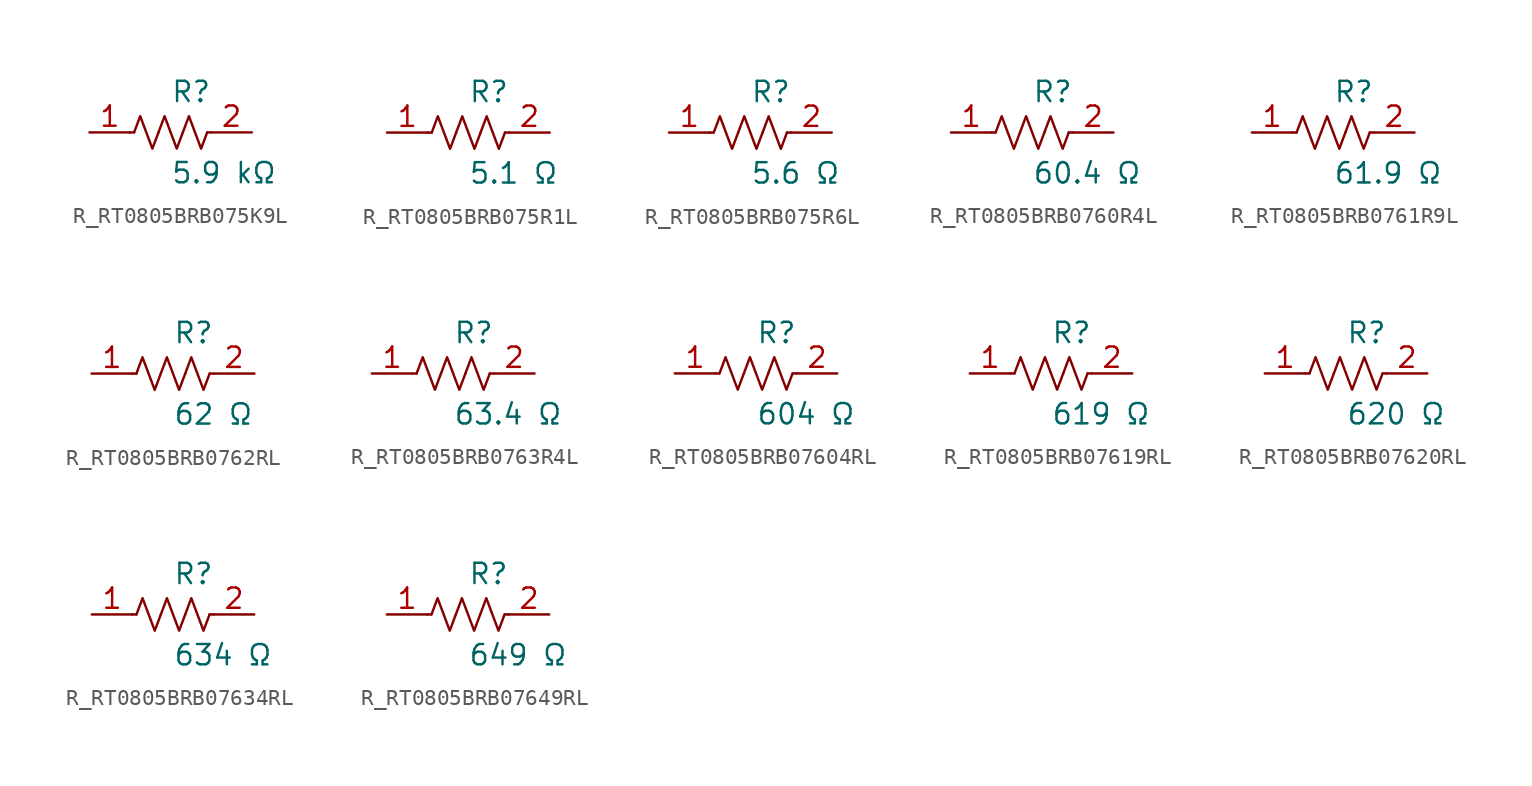
<source format=kicad_sym>
(kicad_symbol_lib
  (version 20231120)
  (generator kicad_symbol_editor)
  (generator_version 8.0)
  (symbol "R_RT0805BRB075K9L"
    (pin_names
      (offset 0.254))
    (property "Reference" "R"
      (at 0.0 2.54 0)
      (effects (font (size 1.27 1.27)) (justify left)))
    (property "Value" "5.9 kΩ"
      (at 0.0 -2.54 0)
      (effects (font (size 1.27 1.27)) (justify left)))
    (symbol "R_RT0805BRB075K9L_0_1"
      (polyline (pts (xy 2.286 0) (xy 2.54 0)) (stroke (width 0) (type default)) (fill (type none)))
      (polyline (pts (xy -2.286 0) (xy -2.54 0)) (stroke (width 0) (type default)) (fill (type none)))
      (polyline (pts (xy 0.762 0) (xy 1.143 1.016) (xy 1.524 0) (xy 1.905 -1.016) (xy 2.286 0)) (stroke (width 0) (type default)) (fill (type none)))
      (polyline (pts (xy -0.762 0) (xy -0.381 1.016) (xy 0 0) (xy 0.381 -1.016) (xy 0.762 0)) (stroke (width 0) (type default)) (fill (type none)))
      (polyline (pts (xy -2.286 0) (xy -1.905 1.016) (xy -1.524 0) (xy -1.143 -1.016) (xy -0.762 0)) (stroke (width 0) (type default)) (fill (type none))))
    (pin unspecified line
      (at -5.08 0 0)
      (length 2.54)
      (name "" (effects (font (size 1.27 1.27))))
      (number "1" (effects (font (size 1.27 1.27)))))
    (pin unspecified line
      (at 5.08 0 180)
      (length 2.54)
      (name "" (effects (font (size 1.27 1.27))))
      (number "2" (effects (font (size 1.27 1.27))))))
  (symbol "R_RT0805BRB075R1L"
    (pin_names
      (offset 0.254))
    (property "Reference" "R"
      (at 0.0 2.54 0)
      (effects (font (size 1.27 1.27)) (justify left)))
    (property "Value" "5.1 Ω"
      (at 0.0 -2.54 0)
      (effects (font (size 1.27 1.27)) (justify left)))
    (symbol "R_RT0805BRB075R1L_0_1"
      (polyline (pts (xy 2.286 0) (xy 2.54 0)) (stroke (width 0) (type default)) (fill (type none)))
      (polyline (pts (xy -2.286 0) (xy -2.54 0)) (stroke (width 0) (type default)) (fill (type none)))
      (polyline (pts (xy 0.762 0) (xy 1.143 1.016) (xy 1.524 0) (xy 1.905 -1.016) (xy 2.286 0)) (stroke (width 0) (type default)) (fill (type none)))
      (polyline (pts (xy -0.762 0) (xy -0.381 1.016) (xy 0 0) (xy 0.381 -1.016) (xy 0.762 0)) (stroke (width 0) (type default)) (fill (type none)))
      (polyline (pts (xy -2.286 0) (xy -1.905 1.016) (xy -1.524 0) (xy -1.143 -1.016) (xy -0.762 0)) (stroke (width 0) (type default)) (fill (type none))))
    (pin unspecified line
      (at -5.08 0 0)
      (length 2.54)
      (name "" (effects (font (size 1.27 1.27))))
      (number "1" (effects (font (size 1.27 1.27)))))
    (pin unspecified line
      (at 5.08 0 180)
      (length 2.54)
      (name "" (effects (font (size 1.27 1.27))))
      (number "2" (effects (font (size 1.27 1.27))))))
  (symbol "R_RT0805BRB075R6L"
    (pin_names
      (offset 0.254))
    (property "Reference" "R"
      (at 0.0 2.54 0)
      (effects (font (size 1.27 1.27)) (justify left)))
    (property "Value" "5.6 Ω"
      (at 0.0 -2.54 0)
      (effects (font (size 1.27 1.27)) (justify left)))
    (symbol "R_RT0805BRB075R6L_0_1"
      (polyline (pts (xy 2.286 0) (xy 2.54 0)) (stroke (width 0) (type default)) (fill (type none)))
      (polyline (pts (xy -2.286 0) (xy -2.54 0)) (stroke (width 0) (type default)) (fill (type none)))
      (polyline (pts (xy 0.762 0) (xy 1.143 1.016) (xy 1.524 0) (xy 1.905 -1.016) (xy 2.286 0)) (stroke (width 0) (type default)) (fill (type none)))
      (polyline (pts (xy -0.762 0) (xy -0.381 1.016) (xy 0 0) (xy 0.381 -1.016) (xy 0.762 0)) (stroke (width 0) (type default)) (fill (type none)))
      (polyline (pts (xy -2.286 0) (xy -1.905 1.016) (xy -1.524 0) (xy -1.143 -1.016) (xy -0.762 0)) (stroke (width 0) (type default)) (fill (type none))))
    (pin unspecified line
      (at -5.08 0 0)
      (length 2.54)
      (name "" (effects (font (size 1.27 1.27))))
      (number "1" (effects (font (size 1.27 1.27)))))
    (pin unspecified line
      (at 5.08 0 180)
      (length 2.54)
      (name "" (effects (font (size 1.27 1.27))))
      (number "2" (effects (font (size 1.27 1.27))))))
  (symbol "R_RT0805BRB0760R4L"
    (pin_names
      (offset 0.254))
    (property "Reference" "R"
      (at 0.0 2.54 0)
      (effects (font (size 1.27 1.27)) (justify left)))
    (property "Value" "60.4 Ω"
      (at 0.0 -2.54 0)
      (effects (font (size 1.27 1.27)) (justify left)))
    (symbol "R_RT0805BRB0760R4L_0_1"
      (polyline (pts (xy 2.286 0) (xy 2.54 0)) (stroke (width 0) (type default)) (fill (type none)))
      (polyline (pts (xy -2.286 0) (xy -2.54 0)) (stroke (width 0) (type default)) (fill (type none)))
      (polyline (pts (xy 0.762 0) (xy 1.143 1.016) (xy 1.524 0) (xy 1.905 -1.016) (xy 2.286 0)) (stroke (width 0) (type default)) (fill (type none)))
      (polyline (pts (xy -0.762 0) (xy -0.381 1.016) (xy 0 0) (xy 0.381 -1.016) (xy 0.762 0)) (stroke (width 0) (type default)) (fill (type none)))
      (polyline (pts (xy -2.286 0) (xy -1.905 1.016) (xy -1.524 0) (xy -1.143 -1.016) (xy -0.762 0)) (stroke (width 0) (type default)) (fill (type none))))
    (pin unspecified line
      (at -5.08 0 0)
      (length 2.54)
      (name "" (effects (font (size 1.27 1.27))))
      (number "1" (effects (font (size 1.27 1.27)))))
    (pin unspecified line
      (at 5.08 0 180)
      (length 2.54)
      (name "" (effects (font (size 1.27 1.27))))
      (number "2" (effects (font (size 1.27 1.27))))))
  (symbol "R_RT0805BRB0761R9L"
    (pin_names
      (offset 0.254))
    (property "Reference" "R"
      (at 0.0 2.54 0)
      (effects (font (size 1.27 1.27)) (justify left)))
    (property "Value" "61.9 Ω"
      (at 0.0 -2.54 0)
      (effects (font (size 1.27 1.27)) (justify left)))
    (symbol "R_RT0805BRB0761R9L_0_1"
      (polyline (pts (xy 2.286 0) (xy 2.54 0)) (stroke (width 0) (type default)) (fill (type none)))
      (polyline (pts (xy -2.286 0) (xy -2.54 0)) (stroke (width 0) (type default)) (fill (type none)))
      (polyline (pts (xy 0.762 0) (xy 1.143 1.016) (xy 1.524 0) (xy 1.905 -1.016) (xy 2.286 0)) (stroke (width 0) (type default)) (fill (type none)))
      (polyline (pts (xy -0.762 0) (xy -0.381 1.016) (xy 0 0) (xy 0.381 -1.016) (xy 0.762 0)) (stroke (width 0) (type default)) (fill (type none)))
      (polyline (pts (xy -2.286 0) (xy -1.905 1.016) (xy -1.524 0) (xy -1.143 -1.016) (xy -0.762 0)) (stroke (width 0) (type default)) (fill (type none))))
    (pin unspecified line
      (at -5.08 0 0)
      (length 2.54)
      (name "" (effects (font (size 1.27 1.27))))
      (number "1" (effects (font (size 1.27 1.27)))))
    (pin unspecified line
      (at 5.08 0 180)
      (length 2.54)
      (name "" (effects (font (size 1.27 1.27))))
      (number "2" (effects (font (size 1.27 1.27))))))
  (symbol "R_RT0805BRB0762RL"
    (pin_names
      (offset 0.254))
    (property "Reference" "R"
      (at 0.0 2.54 0)
      (effects (font (size 1.27 1.27)) (justify left)))
    (property "Value" "62 Ω"
      (at 0.0 -2.54 0)
      (effects (font (size 1.27 1.27)) (justify left)))
    (symbol "R_RT0805BRB0762RL_0_1"
      (polyline (pts (xy 2.286 0) (xy 2.54 0)) (stroke (width 0) (type default)) (fill (type none)))
      (polyline (pts (xy -2.286 0) (xy -2.54 0)) (stroke (width 0) (type default)) (fill (type none)))
      (polyline (pts (xy 0.762 0) (xy 1.143 1.016) (xy 1.524 0) (xy 1.905 -1.016) (xy 2.286 0)) (stroke (width 0) (type default)) (fill (type none)))
      (polyline (pts (xy -0.762 0) (xy -0.381 1.016) (xy 0 0) (xy 0.381 -1.016) (xy 0.762 0)) (stroke (width 0) (type default)) (fill (type none)))
      (polyline (pts (xy -2.286 0) (xy -1.905 1.016) (xy -1.524 0) (xy -1.143 -1.016) (xy -0.762 0)) (stroke (width 0) (type default)) (fill (type none))))
    (pin unspecified line
      (at -5.08 0 0)
      (length 2.54)
      (name "" (effects (font (size 1.27 1.27))))
      (number "1" (effects (font (size 1.27 1.27)))))
    (pin unspecified line
      (at 5.08 0 180)
      (length 2.54)
      (name "" (effects (font (size 1.27 1.27))))
      (number "2" (effects (font (size 1.27 1.27))))))
  (symbol "R_RT0805BRB0763R4L"
    (pin_names
      (offset 0.254))
    (property "Reference" "R"
      (at 0.0 2.54 0)
      (effects (font (size 1.27 1.27)) (justify left)))
    (property "Value" "63.4 Ω"
      (at 0.0 -2.54 0)
      (effects (font (size 1.27 1.27)) (justify left)))
    (symbol "R_RT0805BRB0763R4L_0_1"
      (polyline (pts (xy 2.286 0) (xy 2.54 0)) (stroke (width 0) (type default)) (fill (type none)))
      (polyline (pts (xy -2.286 0) (xy -2.54 0)) (stroke (width 0) (type default)) (fill (type none)))
      (polyline (pts (xy 0.762 0) (xy 1.143 1.016) (xy 1.524 0) (xy 1.905 -1.016) (xy 2.286 0)) (stroke (width 0) (type default)) (fill (type none)))
      (polyline (pts (xy -0.762 0) (xy -0.381 1.016) (xy 0 0) (xy 0.381 -1.016) (xy 0.762 0)) (stroke (width 0) (type default)) (fill (type none)))
      (polyline (pts (xy -2.286 0) (xy -1.905 1.016) (xy -1.524 0) (xy -1.143 -1.016) (xy -0.762 0)) (stroke (width 0) (type default)) (fill (type none))))
    (pin unspecified line
      (at -5.08 0 0)
      (length 2.54)
      (name "" (effects (font (size 1.27 1.27))))
      (number "1" (effects (font (size 1.27 1.27)))))
    (pin unspecified line
      (at 5.08 0 180)
      (length 2.54)
      (name "" (effects (font (size 1.27 1.27))))
      (number "2" (effects (font (size 1.27 1.27))))))
  (symbol "R_RT0805BRB07604RL"
    (pin_names
      (offset 0.254))
    (property "Reference" "R"
      (at 0.0 2.54 0)
      (effects (font (size 1.27 1.27)) (justify left)))
    (property "Value" "604 Ω"
      (at 0.0 -2.54 0)
      (effects (font (size 1.27 1.27)) (justify left)))
    (symbol "R_RT0805BRB07604RL_0_1"
      (polyline (pts (xy 2.286 0) (xy 2.54 0)) (stroke (width 0) (type default)) (fill (type none)))
      (polyline (pts (xy -2.286 0) (xy -2.54 0)) (stroke (width 0) (type default)) (fill (type none)))
      (polyline (pts (xy 0.762 0) (xy 1.143 1.016) (xy 1.524 0) (xy 1.905 -1.016) (xy 2.286 0)) (stroke (width 0) (type default)) (fill (type none)))
      (polyline (pts (xy -0.762 0) (xy -0.381 1.016) (xy 0 0) (xy 0.381 -1.016) (xy 0.762 0)) (stroke (width 0) (type default)) (fill (type none)))
      (polyline (pts (xy -2.286 0) (xy -1.905 1.016) (xy -1.524 0) (xy -1.143 -1.016) (xy -0.762 0)) (stroke (width 0) (type default)) (fill (type none))))
    (pin unspecified line
      (at -5.08 0 0)
      (length 2.54)
      (name "" (effects (font (size 1.27 1.27))))
      (number "1" (effects (font (size 1.27 1.27)))))
    (pin unspecified line
      (at 5.08 0 180)
      (length 2.54)
      (name "" (effects (font (size 1.27 1.27))))
      (number "2" (effects (font (size 1.27 1.27))))))
  (symbol "R_RT0805BRB07619RL"
    (pin_names
      (offset 0.254))
    (property "Reference" "R"
      (at 0.0 2.54 0)
      (effects (font (size 1.27 1.27)) (justify left)))
    (property "Value" "619 Ω"
      (at 0.0 -2.54 0)
      (effects (font (size 1.27 1.27)) (justify left)))
    (symbol "R_RT0805BRB07619RL_0_1"
      (polyline (pts (xy 2.286 0) (xy 2.54 0)) (stroke (width 0) (type default)) (fill (type none)))
      (polyline (pts (xy -2.286 0) (xy -2.54 0)) (stroke (width 0) (type default)) (fill (type none)))
      (polyline (pts (xy 0.762 0) (xy 1.143 1.016) (xy 1.524 0) (xy 1.905 -1.016) (xy 2.286 0)) (stroke (width 0) (type default)) (fill (type none)))
      (polyline (pts (xy -0.762 0) (xy -0.381 1.016) (xy 0 0) (xy 0.381 -1.016) (xy 0.762 0)) (stroke (width 0) (type default)) (fill (type none)))
      (polyline (pts (xy -2.286 0) (xy -1.905 1.016) (xy -1.524 0) (xy -1.143 -1.016) (xy -0.762 0)) (stroke (width 0) (type default)) (fill (type none))))
    (pin unspecified line
      (at -5.08 0 0)
      (length 2.54)
      (name "" (effects (font (size 1.27 1.27))))
      (number "1" (effects (font (size 1.27 1.27)))))
    (pin unspecified line
      (at 5.08 0 180)
      (length 2.54)
      (name "" (effects (font (size 1.27 1.27))))
      (number "2" (effects (font (size 1.27 1.27))))))
  (symbol "R_RT0805BRB07620RL"
    (pin_names
      (offset 0.254))
    (property "Reference" "R"
      (at 0.0 2.54 0)
      (effects (font (size 1.27 1.27)) (justify left)))
    (property "Value" "620 Ω"
      (at 0.0 -2.54 0)
      (effects (font (size 1.27 1.27)) (justify left)))
    (symbol "R_RT0805BRB07620RL_0_1"
      (polyline (pts (xy 2.286 0) (xy 2.54 0)) (stroke (width 0) (type default)) (fill (type none)))
      (polyline (pts (xy -2.286 0) (xy -2.54 0)) (stroke (width 0) (type default)) (fill (type none)))
      (polyline (pts (xy 0.762 0) (xy 1.143 1.016) (xy 1.524 0) (xy 1.905 -1.016) (xy 2.286 0)) (stroke (width 0) (type default)) (fill (type none)))
      (polyline (pts (xy -0.762 0) (xy -0.381 1.016) (xy 0 0) (xy 0.381 -1.016) (xy 0.762 0)) (stroke (width 0) (type default)) (fill (type none)))
      (polyline (pts (xy -2.286 0) (xy -1.905 1.016) (xy -1.524 0) (xy -1.143 -1.016) (xy -0.762 0)) (stroke (width 0) (type default)) (fill (type none))))
    (pin unspecified line
      (at -5.08 0 0)
      (length 2.54)
      (name "" (effects (font (size 1.27 1.27))))
      (number "1" (effects (font (size 1.27 1.27)))))
    (pin unspecified line
      (at 5.08 0 180)
      (length 2.54)
      (name "" (effects (font (size 1.27 1.27))))
      (number "2" (effects (font (size 1.27 1.27))))))
  (symbol "R_RT0805BRB07634RL"
    (pin_names
      (offset 0.254))
    (property "Reference" "R"
      (at 0.0 2.54 0)
      (effects (font (size 1.27 1.27)) (justify left)))
    (property "Value" "634 Ω"
      (at 0.0 -2.54 0)
      (effects (font (size 1.27 1.27)) (justify left)))
    (symbol "R_RT0805BRB07634RL_0_1"
      (polyline (pts (xy 2.286 0) (xy 2.54 0)) (stroke (width 0) (type default)) (fill (type none)))
      (polyline (pts (xy -2.286 0) (xy -2.54 0)) (stroke (width 0) (type default)) (fill (type none)))
      (polyline (pts (xy 0.762 0) (xy 1.143 1.016) (xy 1.524 0) (xy 1.905 -1.016) (xy 2.286 0)) (stroke (width 0) (type default)) (fill (type none)))
      (polyline (pts (xy -0.762 0) (xy -0.381 1.016) (xy 0 0) (xy 0.381 -1.016) (xy 0.762 0)) (stroke (width 0) (type default)) (fill (type none)))
      (polyline (pts (xy -2.286 0) (xy -1.905 1.016) (xy -1.524 0) (xy -1.143 -1.016) (xy -0.762 0)) (stroke (width 0) (type default)) (fill (type none))))
    (pin unspecified line
      (at -5.08 0 0)
      (length 2.54)
      (name "" (effects (font (size 1.27 1.27))))
      (number "1" (effects (font (size 1.27 1.27)))))
    (pin unspecified line
      (at 5.08 0 180)
      (length 2.54)
      (name "" (effects (font (size 1.27 1.27))))
      (number "2" (effects (font (size 1.27 1.27))))))
  (symbol "R_RT0805BRB07649RL"
    (pin_names
      (offset 0.254))
    (property "Reference" "R"
      (at 0.0 2.54 0)
      (effects (font (size 1.27 1.27)) (justify left)))
    (property "Value" "649 Ω"
      (at 0.0 -2.54 0)
      (effects (font (size 1.27 1.27)) (justify left)))
    (symbol "R_RT0805BRB07649RL_0_1"
      (polyline (pts (xy 2.286 0) (xy 2.54 0)) (stroke (width 0) (type default)) (fill (type none)))
      (polyline (pts (xy -2.286 0) (xy -2.54 0)) (stroke (width 0) (type default)) (fill (type none)))
      (polyline (pts (xy 0.762 0) (xy 1.143 1.016) (xy 1.524 0) (xy 1.905 -1.016) (xy 2.286 0)) (stroke (width 0) (type default)) (fill (type none)))
      (polyline (pts (xy -0.762 0) (xy -0.381 1.016) (xy 0 0) (xy 0.381 -1.016) (xy 0.762 0)) (stroke (width 0) (type default)) (fill (type none)))
      (polyline (pts (xy -2.286 0) (xy -1.905 1.016) (xy -1.524 0) (xy -1.143 -1.016) (xy -0.762 0)) (stroke (width 0) (type default)) (fill (type none))))
    (pin unspecified line
      (at -5.08 0 0)
      (length 2.54)
      (name "" (effects (font (size 1.27 1.27))))
      (number "1" (effects (font (size 1.27 1.27)))))
    (pin unspecified line
      (at 5.08 0 180)
      (length 2.54)
      (name "" (effects (font (size 1.27 1.27))))
      (number "2" (effects (font (size 1.27 1.27)))))))
</source>
